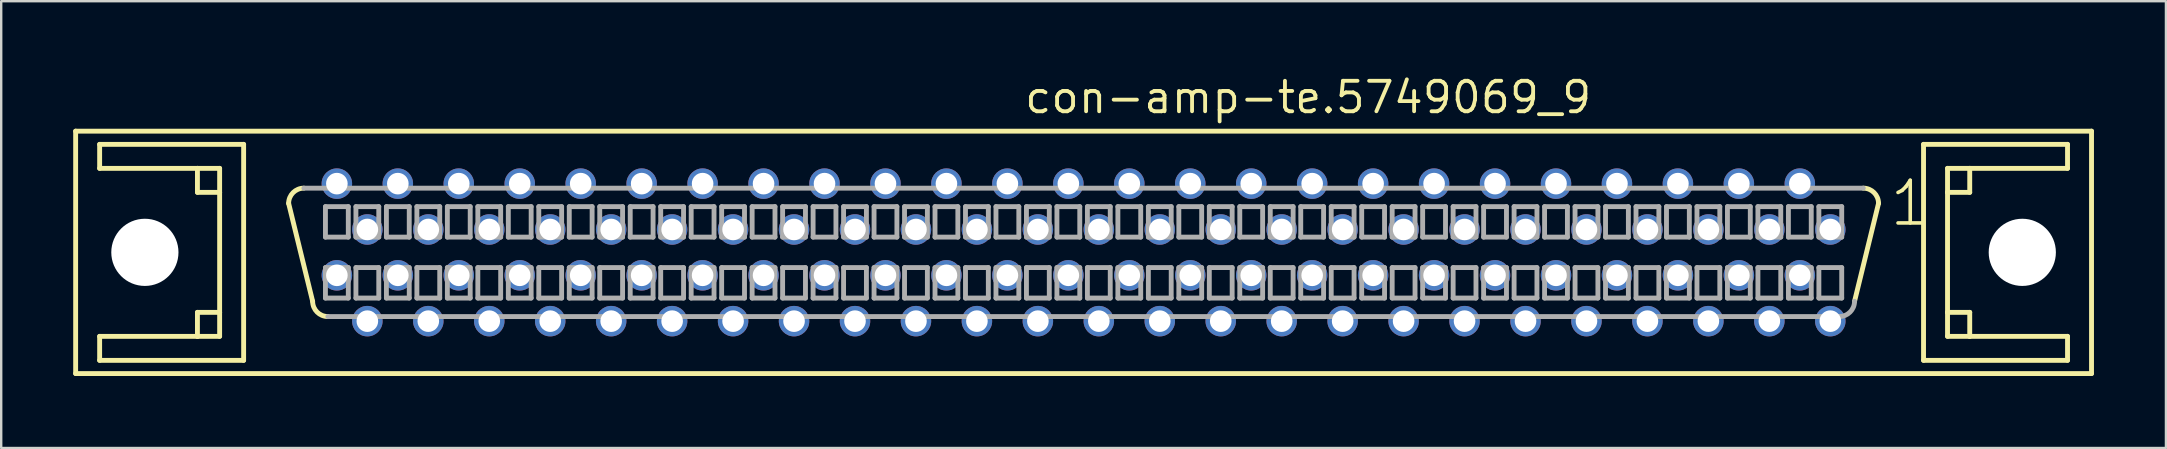
<source format=kicad_pcb>
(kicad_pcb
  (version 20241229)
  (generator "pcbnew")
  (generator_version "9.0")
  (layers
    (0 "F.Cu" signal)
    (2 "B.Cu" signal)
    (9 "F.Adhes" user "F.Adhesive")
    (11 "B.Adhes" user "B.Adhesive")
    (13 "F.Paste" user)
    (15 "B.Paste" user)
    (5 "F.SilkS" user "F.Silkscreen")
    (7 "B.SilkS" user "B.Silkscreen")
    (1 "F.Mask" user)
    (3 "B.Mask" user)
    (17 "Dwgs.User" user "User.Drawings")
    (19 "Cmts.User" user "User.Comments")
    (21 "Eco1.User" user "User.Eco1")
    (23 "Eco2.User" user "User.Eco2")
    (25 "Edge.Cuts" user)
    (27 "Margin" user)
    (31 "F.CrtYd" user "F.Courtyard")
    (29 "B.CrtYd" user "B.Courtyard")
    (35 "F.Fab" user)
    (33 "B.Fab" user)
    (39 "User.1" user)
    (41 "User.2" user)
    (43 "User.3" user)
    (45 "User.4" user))
  (footprint "con-amp-te.5749069_9"
    (layer "F.Cu")
    (at 42.102 7.465)
    (property "Reference" "con-amp-te.5749069_9" (at -2.54 -5.715 0) (layer "F.SilkS") (effects (font (size 1.27 1.27) (thickness 0.16)) (justify left bottom)))
    (attr through_hole)
    (fp_line (start -42 -5.05) (end 42 -5.05) (stroke (width 0.203) (type default)) (layer "F.SilkS"))
    (fp_line (start -42 5.05) (end -42 -5.05) (stroke (width 0.203) (type default)) (layer "F.SilkS"))
    (fp_line (start -41 -4.5) (end -41 -3.5) (stroke (width 0.203) (type default)) (layer "F.SilkS"))
    (fp_line (start -41 -3.5) (end -36.925 -3.5) (stroke (width 0.203) (type default)) (layer "F.SilkS"))
    (fp_line (start -41 3.5) (end -41 4.5) (stroke (width 0.203) (type default)) (layer "F.SilkS"))
    (fp_line (start -41 4.5) (end -35 4.5) (stroke (width 0.203) (type default)) (layer "F.SilkS"))
    (fp_line (start -36.925 -3.5) (end -36.925 -2.5) (stroke (width 0.203) (type default)) (layer "F.SilkS"))
    (fp_line (start -36.925 -3.5) (end -36 -3.5) (stroke (width 0.203) (type default)) (layer "F.SilkS"))
    (fp_line (start -36.925 -2.5) (end -36 -2.5) (stroke (width 0.203) (type default)) (layer "F.SilkS"))
    (fp_line (start -36.925 2.5) (end -36.925 3.5) (stroke (width 0.203) (type default)) (layer "F.SilkS"))
    (fp_line (start -36.925 3.5) (end -41 3.5) (stroke (width 0.203) (type default)) (layer "F.SilkS"))
    (fp_line (start -36 -3.5) (end -36 -2.5) (stroke (width 0.203) (type default)) (layer "F.SilkS"))
    (fp_line (start -36 -2.5) (end -36 2.5) (stroke (width 0.203) (type default)) (layer "F.SilkS"))
    (fp_line (start -36 2.5) (end -36.925 2.5) (stroke (width 0.203) (type default)) (layer "F.SilkS"))
    (fp_line (start -36 2.5) (end -36 3.5) (stroke (width 0.203) (type default)) (layer "F.SilkS"))
    (fp_line (start -36 3.5) (end -36.925 3.5) (stroke (width 0.203) (type default)) (layer "F.SilkS"))
    (fp_line (start -35 -4.5) (end -41 -4.5) (stroke (width 0.203) (type default)) (layer "F.SilkS"))
    (fp_line (start -35 4.5) (end -35 -4.5) (stroke (width 0.203) (type default)) (layer "F.SilkS"))
    (fp_line (start -32.125 2.04) (end -33.125 -2.04) (stroke (width 0.203) (type default)) (layer "F.SilkS"))
    (fp_line (start 33.125 -2.04) (end 32.125 2.04) (stroke (width 0.203) (type default)) (layer "F.SilkS"))
    (fp_line (start 35 -4.5) (end 35 4.5) (stroke (width 0.203) (type default)) (layer "F.SilkS"))
    (fp_line (start 35 4.5) (end 41 4.5) (stroke (width 0.203) (type default)) (layer "F.SilkS"))
    (fp_line (start 36 -3.5) (end 36.925 -3.5) (stroke (width 0.203) (type default)) (layer "F.SilkS"))
    (fp_line (start 36 -2.5) (end 36 -3.5) (stroke (width 0.203) (type default)) (layer "F.SilkS"))
    (fp_line (start 36 -2.5) (end 36.925 -2.5) (stroke (width 0.203) (type default)) (layer "F.SilkS"))
    (fp_line (start 36 2.5) (end 36 -2.5) (stroke (width 0.203) (type default)) (layer "F.SilkS"))
    (fp_line (start 36 3.5) (end 36 2.5) (stroke (width 0.203) (type default)) (layer "F.SilkS"))
    (fp_line (start 36.925 -3.5) (end 41 -3.5) (stroke (width 0.203) (type default)) (layer "F.SilkS"))
    (fp_line (start 36.925 -2.5) (end 36.925 -3.5) (stroke (width 0.203) (type default)) (layer "F.SilkS"))
    (fp_line (start 36.925 2.5) (end 36 2.5) (stroke (width 0.203) (type default)) (layer "F.SilkS"))
    (fp_line (start 36.925 3.5) (end 36 3.5) (stroke (width 0.203) (type default)) (layer "F.SilkS"))
    (fp_line (start 36.925 3.5) (end 36.925 2.5) (stroke (width 0.203) (type default)) (layer "F.SilkS"))
    (fp_line (start 41 -4.5) (end 35 -4.5) (stroke (width 0.203) (type default)) (layer "F.SilkS"))
    (fp_line (start 41 -3.5) (end 41 -4.5) (stroke (width 0.203) (type default)) (layer "F.SilkS"))
    (fp_line (start 41 3.5) (end 36.925 3.5) (stroke (width 0.203) (type default)) (layer "F.SilkS"))
    (fp_line (start 41 4.5) (end 41 3.5) (stroke (width 0.203) (type default)) (layer "F.SilkS"))
    (fp_line (start 42 -5.05) (end 42 5.05) (stroke (width 0.203) (type default)) (layer "F.SilkS"))
    (fp_line (start 42 5.05) (end -42 5.05) (stroke (width 0.203) (type default)) (layer "F.SilkS"))
    (fp_arc (start -33.125 -2.04) (mid -32.939013 -2.489013) (end -32.49 -2.675) (stroke (width 0.2032) (type default)) (layer "F.SilkS"))
    (fp_arc (start -31.49 2.675) (mid -31.939013 2.489013) (end -32.125 2.04) (stroke (width 0.2032) (type default)) (layer "F.SilkS"))
    (fp_arc (start 32.49 -2.675) (mid 32.939013 -2.489013) (end 33.125 -2.04) (stroke (width 0.2032) (type default)) (layer "F.SilkS"))
    (fp_line (start -32.49 -2.675) (end 32.49 -2.675) (stroke (width 0.203) (type default)) (layer "F.Fab"))
    (fp_line (start -31.591 -1.905) (end -31.591 -0.635) (stroke (width 0.203) (type default)) (layer "F.Fab"))
    (fp_line (start -31.591 -0.635) (end -30.639 -0.635) (stroke (width 0.203) (type default)) (layer "F.Fab"))
    (fp_line (start -31.591 0.635) (end -30.639 0.635) (stroke (width 0.203) (type default)) (layer "F.Fab"))
    (fp_line (start -31.591 1.905) (end -31.591 0.635) (stroke (width 0.203) (type default)) (layer "F.Fab"))
    (fp_line (start -30.639 -1.905) (end -31.591 -1.905) (stroke (width 0.203) (type default)) (layer "F.Fab"))
    (fp_line (start -30.639 -0.635) (end -30.639 -1.905) (stroke (width 0.203) (type default)) (layer "F.Fab"))
    (fp_line (start -30.639 0.635) (end -30.639 1.905) (stroke (width 0.203) (type default)) (layer "F.Fab"))
    (fp_line (start -30.639 1.905) (end -31.591 1.905) (stroke (width 0.203) (type default)) (layer "F.Fab"))
    (fp_line (start -30.321 -1.905) (end -30.321 -0.635) (stroke (width 0.203) (type default)) (layer "F.Fab"))
    (fp_line (start -30.321 -0.635) (end -29.369 -0.635) (stroke (width 0.203) (type default)) (layer "F.Fab"))
    (fp_line (start -30.321 0.635) (end -29.369 0.635) (stroke (width 0.203) (type default)) (layer "F.Fab"))
    (fp_line (start -30.321 1.905) (end -30.321 0.635) (stroke (width 0.203) (type default)) (layer "F.Fab"))
    (fp_line (start -29.369 -1.905) (end -30.321 -1.905) (stroke (width 0.203) (type default)) (layer "F.Fab"))
    (fp_line (start -29.369 -0.635) (end -29.369 -1.905) (stroke (width 0.203) (type default)) (layer "F.Fab"))
    (fp_line (start -29.369 0.635) (end -29.369 1.905) (stroke (width 0.203) (type default)) (layer "F.Fab"))
    (fp_line (start -29.369 1.905) (end -30.321 1.905) (stroke (width 0.203) (type default)) (layer "F.Fab"))
    (fp_line (start -29.051 -1.905) (end -29.051 -0.635) (stroke (width 0.203) (type default)) (layer "F.Fab"))
    (fp_line (start -29.051 -0.635) (end -28.099 -0.635) (stroke (width 0.203) (type default)) (layer "F.Fab"))
    (fp_line (start -29.051 0.635) (end -28.099 0.635) (stroke (width 0.203) (type default)) (layer "F.Fab"))
    (fp_line (start -29.051 1.905) (end -29.051 0.635) (stroke (width 0.203) (type default)) (layer "F.Fab"))
    (fp_line (start -28.099 -1.905) (end -29.051 -1.905) (stroke (width 0.203) (type default)) (layer "F.Fab"))
    (fp_line (start -28.099 -0.635) (end -28.099 -1.905) (stroke (width 0.203) (type default)) (layer "F.Fab"))
    (fp_line (start -28.099 0.635) (end -28.099 1.905) (stroke (width 0.203) (type default)) (layer "F.Fab"))
    (fp_line (start -28.099 1.905) (end -29.051 1.905) (stroke (width 0.203) (type default)) (layer "F.Fab"))
    (fp_line (start -27.781 -1.905) (end -27.781 -0.635) (stroke (width 0.203) (type default)) (layer "F.Fab"))
    (fp_line (start -27.781 -0.635) (end -26.829 -0.635) (stroke (width 0.203) (type default)) (layer "F.Fab"))
    (fp_line (start -27.781 0.635) (end -26.829 0.635) (stroke (width 0.203) (type default)) (layer "F.Fab"))
    (fp_line (start -27.781 1.905) (end -27.781 0.635) (stroke (width 0.203) (type default)) (layer "F.Fab"))
    (fp_line (start -26.829 -1.905) (end -27.781 -1.905) (stroke (width 0.203) (type default)) (layer "F.Fab"))
    (fp_line (start -26.829 -0.635) (end -26.829 -1.905) (stroke (width 0.203) (type default)) (layer "F.Fab"))
    (fp_line (start -26.829 0.635) (end -26.829 1.905) (stroke (width 0.203) (type default)) (layer "F.Fab"))
    (fp_line (start -26.829 1.905) (end -27.781 1.905) (stroke (width 0.203) (type default)) (layer "F.Fab"))
    (fp_line (start -26.511 -1.905) (end -26.511 -0.635) (stroke (width 0.203) (type default)) (layer "F.Fab"))
    (fp_line (start -26.511 -0.635) (end -25.559 -0.635) (stroke (width 0.203) (type default)) (layer "F.Fab"))
    (fp_line (start -26.511 0.635) (end -25.559 0.635) (stroke (width 0.203) (type default)) (layer "F.Fab"))
    (fp_line (start -26.511 1.905) (end -26.511 0.635) (stroke (width 0.203) (type default)) (layer "F.Fab"))
    (fp_line (start -25.559 -1.905) (end -26.511 -1.905) (stroke (width 0.203) (type default)) (layer "F.Fab"))
    (fp_line (start -25.559 -0.635) (end -25.559 -1.905) (stroke (width 0.203) (type default)) (layer "F.Fab"))
    (fp_line (start -25.559 0.635) (end -25.559 1.905) (stroke (width 0.203) (type default)) (layer "F.Fab"))
    (fp_line (start -25.559 1.905) (end -26.511 1.905) (stroke (width 0.203) (type default)) (layer "F.Fab"))
    (fp_line (start -25.241 -1.905) (end -25.241 -0.635) (stroke (width 0.203) (type default)) (layer "F.Fab"))
    (fp_line (start -25.241 -0.635) (end -24.289 -0.635) (stroke (width 0.203) (type default)) (layer "F.Fab"))
    (fp_line (start -25.241 0.635) (end -24.289 0.635) (stroke (width 0.203) (type default)) (layer "F.Fab"))
    (fp_line (start -25.241 1.905) (end -25.241 0.635) (stroke (width 0.203) (type default)) (layer "F.Fab"))
    (fp_line (start -24.289 -1.905) (end -25.241 -1.905) (stroke (width 0.203) (type default)) (layer "F.Fab"))
    (fp_line (start -24.289 -0.635) (end -24.289 -1.905) (stroke (width 0.203) (type default)) (layer "F.Fab"))
    (fp_line (start -24.289 0.635) (end -24.289 1.905) (stroke (width 0.203) (type default)) (layer "F.Fab"))
    (fp_line (start -24.289 1.905) (end -25.241 1.905) (stroke (width 0.203) (type default)) (layer "F.Fab"))
    (fp_line (start -23.971 -1.905) (end -23.971 -0.635) (stroke (width 0.203) (type default)) (layer "F.Fab"))
    (fp_line (start -23.971 -0.635) (end -23.019 -0.635) (stroke (width 0.203) (type default)) (layer "F.Fab"))
    (fp_line (start -23.971 0.635) (end -23.019 0.635) (stroke (width 0.203) (type default)) (layer "F.Fab"))
    (fp_line (start -23.971 1.905) (end -23.971 0.635) (stroke (width 0.203) (type default)) (layer "F.Fab"))
    (fp_line (start -23.019 -1.905) (end -23.971 -1.905) (stroke (width 0.203) (type default)) (layer "F.Fab"))
    (fp_line (start -23.019 -0.635) (end -23.019 -1.905) (stroke (width 0.203) (type default)) (layer "F.Fab"))
    (fp_line (start -23.019 0.635) (end -23.019 1.905) (stroke (width 0.203) (type default)) (layer "F.Fab"))
    (fp_line (start -23.019 1.905) (end -23.971 1.905) (stroke (width 0.203) (type default)) (layer "F.Fab"))
    (fp_line (start -22.701 -1.905) (end -22.701 -0.635) (stroke (width 0.203) (type default)) (layer "F.Fab"))
    (fp_line (start -22.701 -0.635) (end -21.749 -0.635) (stroke (width 0.203) (type default)) (layer "F.Fab"))
    (fp_line (start -22.701 0.635) (end -21.749 0.635) (stroke (width 0.203) (type default)) (layer "F.Fab"))
    (fp_line (start -22.701 1.905) (end -22.701 0.635) (stroke (width 0.203) (type default)) (layer "F.Fab"))
    (fp_line (start -21.749 -1.905) (end -22.701 -1.905) (stroke (width 0.203) (type default)) (layer "F.Fab"))
    (fp_line (start -21.749 -0.635) (end -21.749 -1.905) (stroke (width 0.203) (type default)) (layer "F.Fab"))
    (fp_line (start -21.749 0.635) (end -21.749 1.905) (stroke (width 0.203) (type default)) (layer "F.Fab"))
    (fp_line (start -21.749 1.905) (end -22.701 1.905) (stroke (width 0.203) (type default)) (layer "F.Fab"))
    (fp_line (start -21.431 -1.905) (end -21.431 -0.635) (stroke (width 0.203) (type default)) (layer "F.Fab"))
    (fp_line (start -21.431 -0.635) (end -20.479 -0.635) (stroke (width 0.203) (type default)) (layer "F.Fab"))
    (fp_line (start -21.431 0.635) (end -20.479 0.635) (stroke (width 0.203) (type default)) (layer "F.Fab"))
    (fp_line (start -21.431 1.905) (end -21.431 0.635) (stroke (width 0.203) (type default)) (layer "F.Fab"))
    (fp_line (start -20.479 -1.905) (end -21.431 -1.905) (stroke (width 0.203) (type default)) (layer "F.Fab"))
    (fp_line (start -20.479 -0.635) (end -20.479 -1.905) (stroke (width 0.203) (type default)) (layer "F.Fab"))
    (fp_line (start -20.479 0.635) (end -20.479 1.905) (stroke (width 0.203) (type default)) (layer "F.Fab"))
    (fp_line (start -20.479 1.905) (end -21.431 1.905) (stroke (width 0.203) (type default)) (layer "F.Fab"))
    (fp_line (start -20.161 -1.905) (end -20.161 -0.635) (stroke (width 0.203) (type default)) (layer "F.Fab"))
    (fp_line (start -20.161 -0.635) (end -19.209 -0.635) (stroke (width 0.203) (type default)) (layer "F.Fab"))
    (fp_line (start -20.161 0.635) (end -19.209 0.635) (stroke (width 0.203) (type default)) (layer "F.Fab"))
    (fp_line (start -20.161 1.905) (end -20.161 0.635) (stroke (width 0.203) (type default)) (layer "F.Fab"))
    (fp_line (start -19.209 -1.905) (end -20.161 -1.905) (stroke (width 0.203) (type default)) (layer "F.Fab"))
    (fp_line (start -19.209 -0.635) (end -19.209 -1.905) (stroke (width 0.203) (type default)) (layer "F.Fab"))
    (fp_line (start -19.209 0.635) (end -19.209 1.905) (stroke (width 0.203) (type default)) (layer "F.Fab"))
    (fp_line (start -19.209 1.905) (end -20.161 1.905) (stroke (width 0.203) (type default)) (layer "F.Fab"))
    (fp_line (start -18.891 -1.905) (end -18.891 -0.635) (stroke (width 0.203) (type default)) (layer "F.Fab"))
    (fp_line (start -18.891 -0.635) (end -17.939 -0.635) (stroke (width 0.203) (type default)) (layer "F.Fab"))
    (fp_line (start -18.891 0.635) (end -17.939 0.635) (stroke (width 0.203) (type default)) (layer "F.Fab"))
    (fp_line (start -18.891 1.905) (end -18.891 0.635) (stroke (width 0.203) (type default)) (layer "F.Fab"))
    (fp_line (start -17.939 -1.905) (end -18.891 -1.905) (stroke (width 0.203) (type default)) (layer "F.Fab"))
    (fp_line (start -17.939 -0.635) (end -17.939 -1.905) (stroke (width 0.203) (type default)) (layer "F.Fab"))
    (fp_line (start -17.939 0.635) (end -17.939 1.905) (stroke (width 0.203) (type default)) (layer "F.Fab"))
    (fp_line (start -17.939 1.905) (end -18.891 1.905) (stroke (width 0.203) (type default)) (layer "F.Fab"))
    (fp_line (start -17.621 -1.905) (end -17.621 -0.635) (stroke (width 0.203) (type default)) (layer "F.Fab"))
    (fp_line (start -17.621 -0.635) (end -16.669 -0.635) (stroke (width 0.203) (type default)) (layer "F.Fab"))
    (fp_line (start -17.621 0.635) (end -16.669 0.635) (stroke (width 0.203) (type default)) (layer "F.Fab"))
    (fp_line (start -17.621 1.905) (end -17.621 0.635) (stroke (width 0.203) (type default)) (layer "F.Fab"))
    (fp_line (start -16.669 -1.905) (end -17.621 -1.905) (stroke (width 0.203) (type default)) (layer "F.Fab"))
    (fp_line (start -16.669 -0.635) (end -16.669 -1.905) (stroke (width 0.203) (type default)) (layer "F.Fab"))
    (fp_line (start -16.669 0.635) (end -16.669 1.905) (stroke (width 0.203) (type default)) (layer "F.Fab"))
    (fp_line (start -16.669 1.905) (end -17.621 1.905) (stroke (width 0.203) (type default)) (layer "F.Fab"))
    (fp_line (start -16.351 -1.905) (end -16.351 -0.635) (stroke (width 0.203) (type default)) (layer "F.Fab"))
    (fp_line (start -16.351 -0.635) (end -15.399 -0.635) (stroke (width 0.203) (type default)) (layer "F.Fab"))
    (fp_line (start -16.351 0.635) (end -15.399 0.635) (stroke (width 0.203) (type default)) (layer "F.Fab"))
    (fp_line (start -16.351 1.905) (end -16.351 0.635) (stroke (width 0.203) (type default)) (layer "F.Fab"))
    (fp_line (start -15.399 -1.905) (end -16.351 -1.905) (stroke (width 0.203) (type default)) (layer "F.Fab"))
    (fp_line (start -15.399 -0.635) (end -15.399 -1.905) (stroke (width 0.203) (type default)) (layer "F.Fab"))
    (fp_line (start -15.399 0.635) (end -15.399 1.905) (stroke (width 0.203) (type default)) (layer "F.Fab"))
    (fp_line (start -15.399 1.905) (end -16.351 1.905) (stroke (width 0.203) (type default)) (layer "F.Fab"))
    (fp_line (start -15.081 -1.905) (end -15.081 -0.635) (stroke (width 0.203) (type default)) (layer "F.Fab"))
    (fp_line (start -15.081 -0.635) (end -14.129 -0.635) (stroke (width 0.203) (type default)) (layer "F.Fab"))
    (fp_line (start -15.081 0.635) (end -14.129 0.635) (stroke (width 0.203) (type default)) (layer "F.Fab"))
    (fp_line (start -15.081 1.905) (end -15.081 0.635) (stroke (width 0.203) (type default)) (layer "F.Fab"))
    (fp_line (start -14.129 -1.905) (end -15.081 -1.905) (stroke (width 0.203) (type default)) (layer "F.Fab"))
    (fp_line (start -14.129 -0.635) (end -14.129 -1.905) (stroke (width 0.203) (type default)) (layer "F.Fab"))
    (fp_line (start -14.129 0.635) (end -14.129 1.905) (stroke (width 0.203) (type default)) (layer "F.Fab"))
    (fp_line (start -14.129 1.905) (end -15.081 1.905) (stroke (width 0.203) (type default)) (layer "F.Fab"))
    (fp_line (start -13.811 -1.905) (end -13.811 -0.635) (stroke (width 0.203) (type default)) (layer "F.Fab"))
    (fp_line (start -13.811 -0.635) (end -12.859 -0.635) (stroke (width 0.203) (type default)) (layer "F.Fab"))
    (fp_line (start -13.811 0.635) (end -12.859 0.635) (stroke (width 0.203) (type default)) (layer "F.Fab"))
    (fp_line (start -13.811 1.905) (end -13.811 0.635) (stroke (width 0.203) (type default)) (layer "F.Fab"))
    (fp_line (start -12.859 -1.905) (end -13.811 -1.905) (stroke (width 0.203) (type default)) (layer "F.Fab"))
    (fp_line (start -12.859 -0.635) (end -12.859 -1.905) (stroke (width 0.203) (type default)) (layer "F.Fab"))
    (fp_line (start -12.859 0.635) (end -12.859 1.905) (stroke (width 0.203) (type default)) (layer "F.Fab"))
    (fp_line (start -12.859 1.905) (end -13.811 1.905) (stroke (width 0.203) (type default)) (layer "F.Fab"))
    (fp_line (start -12.541 -1.905) (end -12.541 -0.635) (stroke (width 0.203) (type default)) (layer "F.Fab"))
    (fp_line (start -12.541 -0.635) (end -11.589 -0.635) (stroke (width 0.203) (type default)) (layer "F.Fab"))
    (fp_line (start -12.541 0.635) (end -11.589 0.635) (stroke (width 0.203) (type default)) (layer "F.Fab"))
    (fp_line (start -12.541 1.905) (end -12.541 0.635) (stroke (width 0.203) (type default)) (layer "F.Fab"))
    (fp_line (start -11.589 -1.905) (end -12.541 -1.905) (stroke (width 0.203) (type default)) (layer "F.Fab"))
    (fp_line (start -11.589 -0.635) (end -11.589 -1.905) (stroke (width 0.203) (type default)) (layer "F.Fab"))
    (fp_line (start -11.589 0.635) (end -11.589 1.905) (stroke (width 0.203) (type default)) (layer "F.Fab"))
    (fp_line (start -11.589 1.905) (end -12.541 1.905) (stroke (width 0.203) (type default)) (layer "F.Fab"))
    (fp_line (start -11.271 -1.905) (end -11.271 -0.635) (stroke (width 0.203) (type default)) (layer "F.Fab"))
    (fp_line (start -11.271 -0.635) (end -10.319 -0.635) (stroke (width 0.203) (type default)) (layer "F.Fab"))
    (fp_line (start -11.271 0.635) (end -10.319 0.635) (stroke (width 0.203) (type default)) (layer "F.Fab"))
    (fp_line (start -11.271 1.905) (end -11.271 0.635) (stroke (width 0.203) (type default)) (layer "F.Fab"))
    (fp_line (start -10.319 -1.905) (end -11.271 -1.905) (stroke (width 0.203) (type default)) (layer "F.Fab"))
    (fp_line (start -10.319 -0.635) (end -10.319 -1.905) (stroke (width 0.203) (type default)) (layer "F.Fab"))
    (fp_line (start -10.319 0.635) (end -10.319 1.905) (stroke (width 0.203) (type default)) (layer "F.Fab"))
    (fp_line (start -10.319 1.905) (end -11.271 1.905) (stroke (width 0.203) (type default)) (layer "F.Fab"))
    (fp_line (start -10.001 -1.905) (end -10.001 -0.635) (stroke (width 0.203) (type default)) (layer "F.Fab"))
    (fp_line (start -10.001 -0.635) (end -9.049 -0.635) (stroke (width 0.203) (type default)) (layer "F.Fab"))
    (fp_line (start -10.001 0.635) (end -9.049 0.635) (stroke (width 0.203) (type default)) (layer "F.Fab"))
    (fp_line (start -10.001 1.905) (end -10.001 0.635) (stroke (width 0.203) (type default)) (layer "F.Fab"))
    (fp_line (start -9.049 -1.905) (end -10.001 -1.905) (stroke (width 0.203) (type default)) (layer "F.Fab"))
    (fp_line (start -9.049 -0.635) (end -9.049 -1.905) (stroke (width 0.203) (type default)) (layer "F.Fab"))
    (fp_line (start -9.049 0.635) (end -9.049 1.905) (stroke (width 0.203) (type default)) (layer "F.Fab"))
    (fp_line (start -9.049 1.905) (end -10.001 1.905) (stroke (width 0.203) (type default)) (layer "F.Fab"))
    (fp_line (start -8.731 -1.905) (end -8.731 -0.635) (stroke (width 0.203) (type default)) (layer "F.Fab"))
    (fp_line (start -8.731 -0.635) (end -7.779 -0.635) (stroke (width 0.203) (type default)) (layer "F.Fab"))
    (fp_line (start -8.731 0.635) (end -7.779 0.635) (stroke (width 0.203) (type default)) (layer "F.Fab"))
    (fp_line (start -8.731 1.905) (end -8.731 0.635) (stroke (width 0.203) (type default)) (layer "F.Fab"))
    (fp_line (start -7.779 -1.905) (end -8.731 -1.905) (stroke (width 0.203) (type default)) (layer "F.Fab"))
    (fp_line (start -7.779 -0.635) (end -7.779 -1.905) (stroke (width 0.203) (type default)) (layer "F.Fab"))
    (fp_line (start -7.779 0.635) (end -7.779 1.905) (stroke (width 0.203) (type default)) (layer "F.Fab"))
    (fp_line (start -7.779 1.905) (end -8.731 1.905) (stroke (width 0.203) (type default)) (layer "F.Fab"))
    (fp_line (start -7.461 -1.905) (end -7.461 -0.635) (stroke (width 0.203) (type default)) (layer "F.Fab"))
    (fp_line (start -7.461 -0.635) (end -6.509 -0.635) (stroke (width 0.203) (type default)) (layer "F.Fab"))
    (fp_line (start -7.461 0.635) (end -6.509 0.635) (stroke (width 0.203) (type default)) (layer "F.Fab"))
    (fp_line (start -7.461 1.905) (end -7.461 0.635) (stroke (width 0.203) (type default)) (layer "F.Fab"))
    (fp_line (start -6.509 -1.905) (end -7.461 -1.905) (stroke (width 0.203) (type default)) (layer "F.Fab"))
    (fp_line (start -6.509 -0.635) (end -6.509 -1.905) (stroke (width 0.203) (type default)) (layer "F.Fab"))
    (fp_line (start -6.509 0.635) (end -6.509 1.905) (stroke (width 0.203) (type default)) (layer "F.Fab"))
    (fp_line (start -6.509 1.905) (end -7.461 1.905) (stroke (width 0.203) (type default)) (layer "F.Fab"))
    (fp_line (start -6.191 -1.905) (end -6.191 -0.635) (stroke (width 0.203) (type default)) (layer "F.Fab"))
    (fp_line (start -6.191 -0.635) (end -5.239 -0.635) (stroke (width 0.203) (type default)) (layer "F.Fab"))
    (fp_line (start -6.191 0.635) (end -5.239 0.635) (stroke (width 0.203) (type default)) (layer "F.Fab"))
    (fp_line (start -6.191 1.905) (end -6.191 0.635) (stroke (width 0.203) (type default)) (layer "F.Fab"))
    (fp_line (start -5.239 -1.905) (end -6.191 -1.905) (stroke (width 0.203) (type default)) (layer "F.Fab"))
    (fp_line (start -5.239 -0.635) (end -5.239 -1.905) (stroke (width 0.203) (type default)) (layer "F.Fab"))
    (fp_line (start -5.239 0.635) (end -5.239 1.905) (stroke (width 0.203) (type default)) (layer "F.Fab"))
    (fp_line (start -5.239 1.905) (end -6.191 1.905) (stroke (width 0.203) (type default)) (layer "F.Fab"))
    (fp_line (start -4.921 -1.905) (end -4.921 -0.635) (stroke (width 0.203) (type default)) (layer "F.Fab"))
    (fp_line (start -4.921 -0.635) (end -3.969 -0.635) (stroke (width 0.203) (type default)) (layer "F.Fab"))
    (fp_line (start -4.921 0.635) (end -3.969 0.635) (stroke (width 0.203) (type default)) (layer "F.Fab"))
    (fp_line (start -4.921 1.905) (end -4.921 0.635) (stroke (width 0.203) (type default)) (layer "F.Fab"))
    (fp_line (start -3.969 -1.905) (end -4.921 -1.905) (stroke (width 0.203) (type default)) (layer "F.Fab"))
    (fp_line (start -3.969 -0.635) (end -3.969 -1.905) (stroke (width 0.203) (type default)) (layer "F.Fab"))
    (fp_line (start -3.969 0.635) (end -3.969 1.905) (stroke (width 0.203) (type default)) (layer "F.Fab"))
    (fp_line (start -3.969 1.905) (end -4.921 1.905) (stroke (width 0.203) (type default)) (layer "F.Fab"))
    (fp_line (start -3.651 -1.905) (end -3.651 -0.635) (stroke (width 0.203) (type default)) (layer "F.Fab"))
    (fp_line (start -3.651 -0.635) (end -2.699 -0.635) (stroke (width 0.203) (type default)) (layer "F.Fab"))
    (fp_line (start -3.651 0.635) (end -2.699 0.635) (stroke (width 0.203) (type default)) (layer "F.Fab"))
    (fp_line (start -3.651 1.905) (end -3.651 0.635) (stroke (width 0.203) (type default)) (layer "F.Fab"))
    (fp_line (start -2.699 -1.905) (end -3.651 -1.905) (stroke (width 0.203) (type default)) (layer "F.Fab"))
    (fp_line (start -2.699 -0.635) (end -2.699 -1.905) (stroke (width 0.203) (type default)) (layer "F.Fab"))
    (fp_line (start -2.699 0.635) (end -2.699 1.905) (stroke (width 0.203) (type default)) (layer "F.Fab"))
    (fp_line (start -2.699 1.905) (end -3.651 1.905) (stroke (width 0.203) (type default)) (layer "F.Fab"))
    (fp_line (start -2.381 -1.905) (end -2.381 -0.635) (stroke (width 0.203) (type default)) (layer "F.Fab"))
    (fp_line (start -2.381 -0.635) (end -1.429 -0.635) (stroke (width 0.203) (type default)) (layer "F.Fab"))
    (fp_line (start -2.381 0.635) (end -1.429 0.635) (stroke (width 0.203) (type default)) (layer "F.Fab"))
    (fp_line (start -2.381 1.905) (end -2.381 0.635) (stroke (width 0.203) (type default)) (layer "F.Fab"))
    (fp_line (start -1.429 -1.905) (end -2.381 -1.905) (stroke (width 0.203) (type default)) (layer "F.Fab"))
    (fp_line (start -1.429 -0.635) (end -1.429 -1.905) (stroke (width 0.203) (type default)) (layer "F.Fab"))
    (fp_line (start -1.429 0.635) (end -1.429 1.905) (stroke (width 0.203) (type default)) (layer "F.Fab"))
    (fp_line (start -1.429 1.905) (end -2.381 1.905) (stroke (width 0.203) (type default)) (layer "F.Fab"))
    (fp_line (start -1.111 -1.905) (end -1.111 -0.635) (stroke (width 0.203) (type default)) (layer "F.Fab"))
    (fp_line (start -1.111 -0.635) (end -0.159 -0.635) (stroke (width 0.203) (type default)) (layer "F.Fab"))
    (fp_line (start -1.111 0.635) (end -0.159 0.635) (stroke (width 0.203) (type default)) (layer "F.Fab"))
    (fp_line (start -1.111 1.905) (end -1.111 0.635) (stroke (width 0.203) (type default)) (layer "F.Fab"))
    (fp_line (start -0.159 -1.905) (end -1.111 -1.905) (stroke (width 0.203) (type default)) (layer "F.Fab"))
    (fp_line (start -0.159 -0.635) (end -0.159 -1.905) (stroke (width 0.203) (type default)) (layer "F.Fab"))
    (fp_line (start -0.159 0.635) (end -0.159 1.905) (stroke (width 0.203) (type default)) (layer "F.Fab"))
    (fp_line (start -0.159 1.905) (end -1.111 1.905) (stroke (width 0.203) (type default)) (layer "F.Fab"))
    (fp_line (start 0.159 -1.905) (end 0.159 -0.635) (stroke (width 0.203) (type default)) (layer "F.Fab"))
    (fp_line (start 0.159 -0.635) (end 1.111 -0.635) (stroke (width 0.203) (type default)) (layer "F.Fab"))
    (fp_line (start 0.159 0.635) (end 1.111 0.635) (stroke (width 0.203) (type default)) (layer "F.Fab"))
    (fp_line (start 0.159 1.905) (end 0.159 0.635) (stroke (width 0.203) (type default)) (layer "F.Fab"))
    (fp_line (start 1.111 -1.905) (end 0.159 -1.905) (stroke (width 0.203) (type default)) (layer "F.Fab"))
    (fp_line (start 1.111 -0.635) (end 1.111 -1.905) (stroke (width 0.203) (type default)) (layer "F.Fab"))
    (fp_line (start 1.111 0.635) (end 1.111 1.905) (stroke (width 0.203) (type default)) (layer "F.Fab"))
    (fp_line (start 1.111 1.905) (end 0.159 1.905) (stroke (width 0.203) (type default)) (layer "F.Fab"))
    (fp_line (start 1.429 -1.905) (end 1.429 -0.635) (stroke (width 0.203) (type default)) (layer "F.Fab"))
    (fp_line (start 1.429 -0.635) (end 2.381 -0.635) (stroke (width 0.203) (type default)) (layer "F.Fab"))
    (fp_line (start 1.429 0.635) (end 2.381 0.635) (stroke (width 0.203) (type default)) (layer "F.Fab"))
    (fp_line (start 1.429 1.905) (end 1.429 0.635) (stroke (width 0.203) (type default)) (layer "F.Fab"))
    (fp_line (start 2.381 -1.905) (end 1.429 -1.905) (stroke (width 0.203) (type default)) (layer "F.Fab"))
    (fp_line (start 2.381 -0.635) (end 2.381 -1.905) (stroke (width 0.203) (type default)) (layer "F.Fab"))
    (fp_line (start 2.381 0.635) (end 2.381 1.905) (stroke (width 0.203) (type default)) (layer "F.Fab"))
    (fp_line (start 2.381 1.905) (end 1.429 1.905) (stroke (width 0.203) (type default)) (layer "F.Fab"))
    (fp_line (start 2.699 -1.905) (end 2.699 -0.635) (stroke (width 0.203) (type default)) (layer "F.Fab"))
    (fp_line (start 2.699 -0.635) (end 3.651 -0.635) (stroke (width 0.203) (type default)) (layer "F.Fab"))
    (fp_line (start 2.699 0.635) (end 3.651 0.635) (stroke (width 0.203) (type default)) (layer "F.Fab"))
    (fp_line (start 2.699 1.905) (end 2.699 0.635) (stroke (width 0.203) (type default)) (layer "F.Fab"))
    (fp_line (start 3.651 -1.905) (end 2.699 -1.905) (stroke (width 0.203) (type default)) (layer "F.Fab"))
    (fp_line (start 3.651 -0.635) (end 3.651 -1.905) (stroke (width 0.203) (type default)) (layer "F.Fab"))
    (fp_line (start 3.651 0.635) (end 3.651 1.905) (stroke (width 0.203) (type default)) (layer "F.Fab"))
    (fp_line (start 3.651 1.905) (end 2.699 1.905) (stroke (width 0.203) (type default)) (layer "F.Fab"))
    (fp_line (start 3.969 -1.905) (end 3.969 -0.635) (stroke (width 0.203) (type default)) (layer "F.Fab"))
    (fp_line (start 3.969 -0.635) (end 4.921 -0.635) (stroke (width 0.203) (type default)) (layer "F.Fab"))
    (fp_line (start 3.969 0.635) (end 4.921 0.635) (stroke (width 0.203) (type default)) (layer "F.Fab"))
    (fp_line (start 3.969 1.905) (end 3.969 0.635) (stroke (width 0.203) (type default)) (layer "F.Fab"))
    (fp_line (start 4.921 -1.905) (end 3.969 -1.905) (stroke (width 0.203) (type default)) (layer "F.Fab"))
    (fp_line (start 4.921 -0.635) (end 4.921 -1.905) (stroke (width 0.203) (type default)) (layer "F.Fab"))
    (fp_line (start 4.921 0.635) (end 4.921 1.905) (stroke (width 0.203) (type default)) (layer "F.Fab"))
    (fp_line (start 4.921 1.905) (end 3.969 1.905) (stroke (width 0.203) (type default)) (layer "F.Fab"))
    (fp_line (start 5.239 -1.905) (end 5.239 -0.635) (stroke (width 0.203) (type default)) (layer "F.Fab"))
    (fp_line (start 5.239 -0.635) (end 6.191 -0.635) (stroke (width 0.203) (type default)) (layer "F.Fab"))
    (fp_line (start 5.239 0.635) (end 6.191 0.635) (stroke (width 0.203) (type default)) (layer "F.Fab"))
    (fp_line (start 5.239 1.905) (end 5.239 0.635) (stroke (width 0.203) (type default)) (layer "F.Fab"))
    (fp_line (start 6.191 -1.905) (end 5.239 -1.905) (stroke (width 0.203) (type default)) (layer "F.Fab"))
    (fp_line (start 6.191 -0.635) (end 6.191 -1.905) (stroke (width 0.203) (type default)) (layer "F.Fab"))
    (fp_line (start 6.191 0.635) (end 6.191 1.905) (stroke (width 0.203) (type default)) (layer "F.Fab"))
    (fp_line (start 6.191 1.905) (end 5.239 1.905) (stroke (width 0.203) (type default)) (layer "F.Fab"))
    (fp_line (start 6.509 -1.905) (end 6.509 -0.635) (stroke (width 0.203) (type default)) (layer "F.Fab"))
    (fp_line (start 6.509 -0.635) (end 7.461 -0.635) (stroke (width 0.203) (type default)) (layer "F.Fab"))
    (fp_line (start 6.509 0.635) (end 7.461 0.635) (stroke (width 0.203) (type default)) (layer "F.Fab"))
    (fp_line (start 6.509 1.905) (end 6.509 0.635) (stroke (width 0.203) (type default)) (layer "F.Fab"))
    (fp_line (start 7.461 -1.905) (end 6.509 -1.905) (stroke (width 0.203) (type default)) (layer "F.Fab"))
    (fp_line (start 7.461 -0.635) (end 7.461 -1.905) (stroke (width 0.203) (type default)) (layer "F.Fab"))
    (fp_line (start 7.461 0.635) (end 7.461 1.905) (stroke (width 0.203) (type default)) (layer "F.Fab"))
    (fp_line (start 7.461 1.905) (end 6.509 1.905) (stroke (width 0.203) (type default)) (layer "F.Fab"))
    (fp_line (start 7.779 -1.905) (end 7.779 -0.635) (stroke (width 0.203) (type default)) (layer "F.Fab"))
    (fp_line (start 7.779 -0.635) (end 8.731 -0.635) (stroke (width 0.203) (type default)) (layer "F.Fab"))
    (fp_line (start 7.779 0.635) (end 8.731 0.635) (stroke (width 0.203) (type default)) (layer "F.Fab"))
    (fp_line (start 7.779 1.905) (end 7.779 0.635) (stroke (width 0.203) (type default)) (layer "F.Fab"))
    (fp_line (start 8.731 -1.905) (end 7.779 -1.905) (stroke (width 0.203) (type default)) (layer "F.Fab"))
    (fp_line (start 8.731 -0.635) (end 8.731 -1.905) (stroke (width 0.203) (type default)) (layer "F.Fab"))
    (fp_line (start 8.731 0.635) (end 8.731 1.905) (stroke (width 0.203) (type default)) (layer "F.Fab"))
    (fp_line (start 8.731 1.905) (end 7.779 1.905) (stroke (width 0.203) (type default)) (layer "F.Fab"))
    (fp_line (start 9.049 -1.905) (end 9.049 -0.635) (stroke (width 0.203) (type default)) (layer "F.Fab"))
    (fp_line (start 9.049 -0.635) (end 10.001 -0.635) (stroke (width 0.203) (type default)) (layer "F.Fab"))
    (fp_line (start 9.049 0.635) (end 10.001 0.635) (stroke (width 0.203) (type default)) (layer "F.Fab"))
    (fp_line (start 9.049 1.905) (end 9.049 0.635) (stroke (width 0.203) (type default)) (layer "F.Fab"))
    (fp_line (start 10.001 -1.905) (end 9.049 -1.905) (stroke (width 0.203) (type default)) (layer "F.Fab"))
    (fp_line (start 10.001 -0.635) (end 10.001 -1.905) (stroke (width 0.203) (type default)) (layer "F.Fab"))
    (fp_line (start 10.001 0.635) (end 10.001 1.905) (stroke (width 0.203) (type default)) (layer "F.Fab"))
    (fp_line (start 10.001 1.905) (end 9.049 1.905) (stroke (width 0.203) (type default)) (layer "F.Fab"))
    (fp_line (start 10.319 -1.905) (end 10.319 -0.635) (stroke (width 0.203) (type default)) (layer "F.Fab"))
    (fp_line (start 10.319 -0.635) (end 11.271 -0.635) (stroke (width 0.203) (type default)) (layer "F.Fab"))
    (fp_line (start 10.319 0.635) (end 11.271 0.635) (stroke (width 0.203) (type default)) (layer "F.Fab"))
    (fp_line (start 10.319 1.905) (end 10.319 0.635) (stroke (width 0.203) (type default)) (layer "F.Fab"))
    (fp_line (start 11.271 -1.905) (end 10.319 -1.905) (stroke (width 0.203) (type default)) (layer "F.Fab"))
    (fp_line (start 11.271 -0.635) (end 11.271 -1.905) (stroke (width 0.203) (type default)) (layer "F.Fab"))
    (fp_line (start 11.271 0.635) (end 11.271 1.905) (stroke (width 0.203) (type default)) (layer "F.Fab"))
    (fp_line (start 11.271 1.905) (end 10.319 1.905) (stroke (width 0.203) (type default)) (layer "F.Fab"))
    (fp_line (start 11.589 -1.905) (end 11.589 -0.635) (stroke (width 0.203) (type default)) (layer "F.Fab"))
    (fp_line (start 11.589 -0.635) (end 12.541 -0.635) (stroke (width 0.203) (type default)) (layer "F.Fab"))
    (fp_line (start 11.589 0.635) (end 12.541 0.635) (stroke (width 0.203) (type default)) (layer "F.Fab"))
    (fp_line (start 11.589 1.905) (end 11.589 0.635) (stroke (width 0.203) (type default)) (layer "F.Fab"))
    (fp_line (start 12.541 -1.905) (end 11.589 -1.905) (stroke (width 0.203) (type default)) (layer "F.Fab"))
    (fp_line (start 12.541 -0.635) (end 12.541 -1.905) (stroke (width 0.203) (type default)) (layer "F.Fab"))
    (fp_line (start 12.541 0.635) (end 12.541 1.905) (stroke (width 0.203) (type default)) (layer "F.Fab"))
    (fp_line (start 12.541 1.905) (end 11.589 1.905) (stroke (width 0.203) (type default)) (layer "F.Fab"))
    (fp_line (start 12.859 -1.905) (end 12.859 -0.635) (stroke (width 0.203) (type default)) (layer "F.Fab"))
    (fp_line (start 12.859 -0.635) (end 13.811 -0.635) (stroke (width 0.203) (type default)) (layer "F.Fab"))
    (fp_line (start 12.859 0.635) (end 13.811 0.635) (stroke (width 0.203) (type default)) (layer "F.Fab"))
    (fp_line (start 12.859 1.905) (end 12.859 0.635) (stroke (width 0.203) (type default)) (layer "F.Fab"))
    (fp_line (start 13.811 -1.905) (end 12.859 -1.905) (stroke (width 0.203) (type default)) (layer "F.Fab"))
    (fp_line (start 13.811 -0.635) (end 13.811 -1.905) (stroke (width 0.203) (type default)) (layer "F.Fab"))
    (fp_line (start 13.811 0.635) (end 13.811 1.905) (stroke (width 0.203) (type default)) (layer "F.Fab"))
    (fp_line (start 13.811 1.905) (end 12.859 1.905) (stroke (width 0.203) (type default)) (layer "F.Fab"))
    (fp_line (start 14.129 -1.905) (end 14.129 -0.635) (stroke (width 0.203) (type default)) (layer "F.Fab"))
    (fp_line (start 14.129 -0.635) (end 15.081 -0.635) (stroke (width 0.203) (type default)) (layer "F.Fab"))
    (fp_line (start 14.129 0.635) (end 15.081 0.635) (stroke (width 0.203) (type default)) (layer "F.Fab"))
    (fp_line (start 14.129 1.905) (end 14.129 0.635) (stroke (width 0.203) (type default)) (layer "F.Fab"))
    (fp_line (start 15.081 -1.905) (end 14.129 -1.905) (stroke (width 0.203) (type default)) (layer "F.Fab"))
    (fp_line (start 15.081 -0.635) (end 15.081 -1.905) (stroke (width 0.203) (type default)) (layer "F.Fab"))
    (fp_line (start 15.081 0.635) (end 15.081 1.905) (stroke (width 0.203) (type default)) (layer "F.Fab"))
    (fp_line (start 15.081 1.905) (end 14.129 1.905) (stroke (width 0.203) (type default)) (layer "F.Fab"))
    (fp_line (start 15.399 -1.905) (end 15.399 -0.635) (stroke (width 0.203) (type default)) (layer "F.Fab"))
    (fp_line (start 15.399 -0.635) (end 16.351 -0.635) (stroke (width 0.203) (type default)) (layer "F.Fab"))
    (fp_line (start 15.399 0.635) (end 16.351 0.635) (stroke (width 0.203) (type default)) (layer "F.Fab"))
    (fp_line (start 15.399 1.905) (end 15.399 0.635) (stroke (width 0.203) (type default)) (layer "F.Fab"))
    (fp_line (start 16.351 -1.905) (end 15.399 -1.905) (stroke (width 0.203) (type default)) (layer "F.Fab"))
    (fp_line (start 16.351 -0.635) (end 16.351 -1.905) (stroke (width 0.203) (type default)) (layer "F.Fab"))
    (fp_line (start 16.351 0.635) (end 16.351 1.905) (stroke (width 0.203) (type default)) (layer "F.Fab"))
    (fp_line (start 16.351 1.905) (end 15.399 1.905) (stroke (width 0.203) (type default)) (layer "F.Fab"))
    (fp_line (start 16.669 -1.905) (end 16.669 -0.635) (stroke (width 0.203) (type default)) (layer "F.Fab"))
    (fp_line (start 16.669 -0.635) (end 17.621 -0.635) (stroke (width 0.203) (type default)) (layer "F.Fab"))
    (fp_line (start 16.669 0.635) (end 17.621 0.635) (stroke (width 0.203) (type default)) (layer "F.Fab"))
    (fp_line (start 16.669 1.905) (end 16.669 0.635) (stroke (width 0.203) (type default)) (layer "F.Fab"))
    (fp_line (start 17.621 -1.905) (end 16.669 -1.905) (stroke (width 0.203) (type default)) (layer "F.Fab"))
    (fp_line (start 17.621 -0.635) (end 17.621 -1.905) (stroke (width 0.203) (type default)) (layer "F.Fab"))
    (fp_line (start 17.621 0.635) (end 17.621 1.905) (stroke (width 0.203) (type default)) (layer "F.Fab"))
    (fp_line (start 17.621 1.905) (end 16.669 1.905) (stroke (width 0.203) (type default)) (layer "F.Fab"))
    (fp_line (start 17.939 -1.905) (end 17.939 -0.635) (stroke (width 0.203) (type default)) (layer "F.Fab"))
    (fp_line (start 17.939 -0.635) (end 18.891 -0.635) (stroke (width 0.203) (type default)) (layer "F.Fab"))
    (fp_line (start 17.939 0.635) (end 18.891 0.635) (stroke (width 0.203) (type default)) (layer "F.Fab"))
    (fp_line (start 17.939 1.905) (end 17.939 0.635) (stroke (width 0.203) (type default)) (layer "F.Fab"))
    (fp_line (start 18.891 -1.905) (end 17.939 -1.905) (stroke (width 0.203) (type default)) (layer "F.Fab"))
    (fp_line (start 18.891 -0.635) (end 18.891 -1.905) (stroke (width 0.203) (type default)) (layer "F.Fab"))
    (fp_line (start 18.891 0.635) (end 18.891 1.905) (stroke (width 0.203) (type default)) (layer "F.Fab"))
    (fp_line (start 18.891 1.905) (end 17.939 1.905) (stroke (width 0.203) (type default)) (layer "F.Fab"))
    (fp_line (start 19.209 -1.905) (end 19.209 -0.635) (stroke (width 0.203) (type default)) (layer "F.Fab"))
    (fp_line (start 19.209 -0.635) (end 20.161 -0.635) (stroke (width 0.203) (type default)) (layer "F.Fab"))
    (fp_line (start 19.209 0.635) (end 20.161 0.635) (stroke (width 0.203) (type default)) (layer "F.Fab"))
    (fp_line (start 19.209 1.905) (end 19.209 0.635) (stroke (width 0.203) (type default)) (layer "F.Fab"))
    (fp_line (start 20.161 -1.905) (end 19.209 -1.905) (stroke (width 0.203) (type default)) (layer "F.Fab"))
    (fp_line (start 20.161 -0.635) (end 20.161 -1.905) (stroke (width 0.203) (type default)) (layer "F.Fab"))
    (fp_line (start 20.161 0.635) (end 20.161 1.905) (stroke (width 0.203) (type default)) (layer "F.Fab"))
    (fp_line (start 20.161 1.905) (end 19.209 1.905) (stroke (width 0.203) (type default)) (layer "F.Fab"))
    (fp_line (start 20.479 -1.905) (end 20.479 -0.635) (stroke (width 0.203) (type default)) (layer "F.Fab"))
    (fp_line (start 20.479 -0.635) (end 21.431 -0.635) (stroke (width 0.203) (type default)) (layer "F.Fab"))
    (fp_line (start 20.479 0.635) (end 21.431 0.635) (stroke (width 0.203) (type default)) (layer "F.Fab"))
    (fp_line (start 20.479 1.905) (end 20.479 0.635) (stroke (width 0.203) (type default)) (layer "F.Fab"))
    (fp_line (start 21.431 -1.905) (end 20.479 -1.905) (stroke (width 0.203) (type default)) (layer "F.Fab"))
    (fp_line (start 21.431 -0.635) (end 21.431 -1.905) (stroke (width 0.203) (type default)) (layer "F.Fab"))
    (fp_line (start 21.431 0.635) (end 21.431 1.905) (stroke (width 0.203) (type default)) (layer "F.Fab"))
    (fp_line (start 21.431 1.905) (end 20.479 1.905) (stroke (width 0.203) (type default)) (layer "F.Fab"))
    (fp_line (start 21.749 -1.905) (end 21.749 -0.635) (stroke (width 0.203) (type default)) (layer "F.Fab"))
    (fp_line (start 21.749 -0.635) (end 22.701 -0.635) (stroke (width 0.203) (type default)) (layer "F.Fab"))
    (fp_line (start 21.749 0.635) (end 22.701 0.635) (stroke (width 0.203) (type default)) (layer "F.Fab"))
    (fp_line (start 21.749 1.905) (end 21.749 0.635) (stroke (width 0.203) (type default)) (layer "F.Fab"))
    (fp_line (start 22.701 -1.905) (end 21.749 -1.905) (stroke (width 0.203) (type default)) (layer "F.Fab"))
    (fp_line (start 22.701 -0.635) (end 22.701 -1.905) (stroke (width 0.203) (type default)) (layer "F.Fab"))
    (fp_line (start 22.701 0.635) (end 22.701 1.905) (stroke (width 0.203) (type default)) (layer "F.Fab"))
    (fp_line (start 22.701 1.905) (end 21.749 1.905) (stroke (width 0.203) (type default)) (layer "F.Fab"))
    (fp_line (start 23.019 -1.905) (end 23.019 -0.635) (stroke (width 0.203) (type default)) (layer "F.Fab"))
    (fp_line (start 23.019 -0.635) (end 23.971 -0.635) (stroke (width 0.203) (type default)) (layer "F.Fab"))
    (fp_line (start 23.019 0.635) (end 23.971 0.635) (stroke (width 0.203) (type default)) (layer "F.Fab"))
    (fp_line (start 23.019 1.905) (end 23.019 0.635) (stroke (width 0.203) (type default)) (layer "F.Fab"))
    (fp_line (start 23.971 -1.905) (end 23.019 -1.905) (stroke (width 0.203) (type default)) (layer "F.Fab"))
    (fp_line (start 23.971 -0.635) (end 23.971 -1.905) (stroke (width 0.203) (type default)) (layer "F.Fab"))
    (fp_line (start 23.971 0.635) (end 23.971 1.905) (stroke (width 0.203) (type default)) (layer "F.Fab"))
    (fp_line (start 23.971 1.905) (end 23.019 1.905) (stroke (width 0.203) (type default)) (layer "F.Fab"))
    (fp_line (start 24.289 -1.905) (end 24.289 -0.635) (stroke (width 0.203) (type default)) (layer "F.Fab"))
    (fp_line (start 24.289 -0.635) (end 25.241 -0.635) (stroke (width 0.203) (type default)) (layer "F.Fab"))
    (fp_line (start 24.289 0.635) (end 25.241 0.635) (stroke (width 0.203) (type default)) (layer "F.Fab"))
    (fp_line (start 24.289 1.905) (end 24.289 0.635) (stroke (width 0.203) (type default)) (layer "F.Fab"))
    (fp_line (start 25.241 -1.905) (end 24.289 -1.905) (stroke (width 0.203) (type default)) (layer "F.Fab"))
    (fp_line (start 25.241 -0.635) (end 25.241 -1.905) (stroke (width 0.203) (type default)) (layer "F.Fab"))
    (fp_line (start 25.241 0.635) (end 25.241 1.905) (stroke (width 0.203) (type default)) (layer "F.Fab"))
    (fp_line (start 25.241 1.905) (end 24.289 1.905) (stroke (width 0.203) (type default)) (layer "F.Fab"))
    (fp_line (start 25.559 -1.905) (end 25.559 -0.635) (stroke (width 0.203) (type default)) (layer "F.Fab"))
    (fp_line (start 25.559 -0.635) (end 26.511 -0.635) (stroke (width 0.203) (type default)) (layer "F.Fab"))
    (fp_line (start 25.559 0.635) (end 26.511 0.635) (stroke (width 0.203) (type default)) (layer "F.Fab"))
    (fp_line (start 25.559 1.905) (end 25.559 0.635) (stroke (width 0.203) (type default)) (layer "F.Fab"))
    (fp_line (start 26.511 -1.905) (end 25.559 -1.905) (stroke (width 0.203) (type default)) (layer "F.Fab"))
    (fp_line (start 26.511 -0.635) (end 26.511 -1.905) (stroke (width 0.203) (type default)) (layer "F.Fab"))
    (fp_line (start 26.511 0.635) (end 26.511 1.905) (stroke (width 0.203) (type default)) (layer "F.Fab"))
    (fp_line (start 26.511 1.905) (end 25.559 1.905) (stroke (width 0.203) (type default)) (layer "F.Fab"))
    (fp_line (start 26.829 -1.905) (end 26.829 -0.635) (stroke (width 0.203) (type default)) (layer "F.Fab"))
    (fp_line (start 26.829 -0.635) (end 27.781 -0.635) (stroke (width 0.203) (type default)) (layer "F.Fab"))
    (fp_line (start 26.829 0.635) (end 27.781 0.635) (stroke (width 0.203) (type default)) (layer "F.Fab"))
    (fp_line (start 26.829 1.905) (end 26.829 0.635) (stroke (width 0.203) (type default)) (layer "F.Fab"))
    (fp_line (start 27.781 -1.905) (end 26.829 -1.905) (stroke (width 0.203) (type default)) (layer "F.Fab"))
    (fp_line (start 27.781 -0.635) (end 27.781 -1.905) (stroke (width 0.203) (type default)) (layer "F.Fab"))
    (fp_line (start 27.781 0.635) (end 27.781 1.905) (stroke (width 0.203) (type default)) (layer "F.Fab"))
    (fp_line (start 27.781 1.905) (end 26.829 1.905) (stroke (width 0.203) (type default)) (layer "F.Fab"))
    (fp_line (start 28.099 -1.905) (end 28.099 -0.635) (stroke (width 0.203) (type default)) (layer "F.Fab"))
    (fp_line (start 28.099 -0.635) (end 29.051 -0.635) (stroke (width 0.203) (type default)) (layer "F.Fab"))
    (fp_line (start 28.099 0.635) (end 29.051 0.635) (stroke (width 0.203) (type default)) (layer "F.Fab"))
    (fp_line (start 28.099 1.905) (end 28.099 0.635) (stroke (width 0.203) (type default)) (layer "F.Fab"))
    (fp_line (start 29.051 -1.905) (end 28.099 -1.905) (stroke (width 0.203) (type default)) (layer "F.Fab"))
    (fp_line (start 29.051 -0.635) (end 29.051 -1.905) (stroke (width 0.203) (type default)) (layer "F.Fab"))
    (fp_line (start 29.051 0.635) (end 29.051 1.905) (stroke (width 0.203) (type default)) (layer "F.Fab"))
    (fp_line (start 29.051 1.905) (end 28.099 1.905) (stroke (width 0.203) (type default)) (layer "F.Fab"))
    (fp_line (start 29.369 -1.905) (end 29.369 -0.635) (stroke (width 0.203) (type default)) (layer "F.Fab"))
    (fp_line (start 29.369 -0.635) (end 30.321 -0.635) (stroke (width 0.203) (type default)) (layer "F.Fab"))
    (fp_line (start 29.369 0.635) (end 30.321 0.635) (stroke (width 0.203) (type default)) (layer "F.Fab"))
    (fp_line (start 29.369 1.905) (end 29.369 0.635) (stroke (width 0.203) (type default)) (layer "F.Fab"))
    (fp_line (start 30.321 -1.905) (end 29.369 -1.905) (stroke (width 0.203) (type default)) (layer "F.Fab"))
    (fp_line (start 30.321 -0.635) (end 30.321 -1.905) (stroke (width 0.203) (type default)) (layer "F.Fab"))
    (fp_line (start 30.321 0.635) (end 30.321 1.905) (stroke (width 0.203) (type default)) (layer "F.Fab"))
    (fp_line (start 30.321 1.905) (end 29.369 1.905) (stroke (width 0.203) (type default)) (layer "F.Fab"))
    (fp_line (start 30.639 -1.905) (end 30.639 -0.635) (stroke (width 0.203) (type default)) (layer "F.Fab"))
    (fp_line (start 30.639 -0.635) (end 31.591 -0.635) (stroke (width 0.203) (type default)) (layer "F.Fab"))
    (fp_line (start 30.639 0.635) (end 31.591 0.635) (stroke (width 0.203) (type default)) (layer "F.Fab"))
    (fp_line (start 30.639 1.905) (end 30.639 0.635) (stroke (width 0.203) (type default)) (layer "F.Fab"))
    (fp_line (start 31.49 2.675) (end -31.49 2.675) (stroke (width 0.203) (type default)) (layer "F.Fab"))
    (fp_line (start 31.591 -1.905) (end 30.639 -1.905) (stroke (width 0.203) (type default)) (layer "F.Fab"))
    (fp_line (start 31.591 -0.635) (end 31.591 -1.905) (stroke (width 0.203) (type default)) (layer "F.Fab"))
    (fp_line (start 31.591 0.635) (end 31.591 1.905) (stroke (width 0.203) (type default)) (layer "F.Fab"))
    (fp_line (start 31.591 1.905) (end 30.639 1.905) (stroke (width 0.203) (type default)) (layer "F.Fab"))
    (fp_arc (start 32.125 2.04) (mid 31.939013 2.489013) (end 31.49 2.675) (stroke (width 0.2032) (type default)) (layer "F.Fab"))
    (fp_text user "1" (at 33.5 -1 0) (layer "F.SilkS") (effects (font (size 1.778 1.778) (thickness 0.15)) (justify left bottom)))
    (pad "" np_thru_hole circle (at -39.115 0) (size 2.8 2.8) (drill 2.8) (layers "*.Cu" "*.Mask"))
    (pad "" np_thru_hole circle (at 39.115 0) (size 2.8 2.8) (drill 2.8) (layers "*.Cu" "*.Mask"))
    (pad "1" thru_hole circle (at 31.115 -0.953) (size 1.27 1.27) (drill 0.9) (layers "*.Cu" "*.Mask"))
    (pad "2" thru_hole circle (at 29.845 -2.863) (size 1.27 1.27) (drill 0.9) (layers "*.Cu" "*.Mask"))
    (pad "3" thru_hole circle (at 28.575 -0.953) (size 1.27 1.27) (drill 0.9) (layers "*.Cu" "*.Mask"))
    (pad "4" thru_hole circle (at 27.305 -2.863) (size 1.27 1.27) (drill 0.9) (layers "*.Cu" "*.Mask"))
    (pad "5" thru_hole circle (at 26.035 -0.953) (size 1.27 1.27) (drill 0.9) (layers "*.Cu" "*.Mask"))
    (pad "6" thru_hole circle (at 24.765 -2.863) (size 1.27 1.27) (drill 0.9) (layers "*.Cu" "*.Mask"))
    (pad "7" thru_hole circle (at 23.495 -0.953) (size 1.27 1.27) (drill 0.9) (layers "*.Cu" "*.Mask"))
    (pad "8" thru_hole circle (at 22.225 -2.863) (size 1.27 1.27) (drill 0.9) (layers "*.Cu" "*.Mask"))
    (pad "9" thru_hole circle (at 20.955 -0.953) (size 1.27 1.27) (drill 0.9) (layers "*.Cu" "*.Mask"))
    (pad "10" thru_hole circle (at 19.685 -2.863) (size 1.27 1.27) (drill 0.9) (layers "*.Cu" "*.Mask"))
    (pad "11" thru_hole circle (at 18.415 -0.953) (size 1.27 1.27) (drill 0.9) (layers "*.Cu" "*.Mask"))
    (pad "12" thru_hole circle (at 17.145 -2.863) (size 1.27 1.27) (drill 0.9) (layers "*.Cu" "*.Mask"))
    (pad "13" thru_hole circle (at 15.875 -0.953) (size 1.27 1.27) (drill 0.9) (layers "*.Cu" "*.Mask"))
    (pad "14" thru_hole circle (at 14.605 -2.863) (size 1.27 1.27) (drill 0.9) (layers "*.Cu" "*.Mask"))
    (pad "15" thru_hole circle (at 13.335 -0.953) (size 1.27 1.27) (drill 0.9) (layers "*.Cu" "*.Mask"))
    (pad "16" thru_hole circle (at 12.065 -2.863) (size 1.27 1.27) (drill 0.9) (layers "*.Cu" "*.Mask"))
    (pad "17" thru_hole circle (at 10.795 -0.953) (size 1.27 1.27) (drill 0.9) (layers "*.Cu" "*.Mask"))
    (pad "18" thru_hole circle (at 9.525 -2.863) (size 1.27 1.27) (drill 0.9) (layers "*.Cu" "*.Mask"))
    (pad "19" thru_hole circle (at 8.255 -0.953) (size 1.27 1.27) (drill 0.9) (layers "*.Cu" "*.Mask"))
    (pad "20" thru_hole circle (at 6.985 -2.863) (size 1.27 1.27) (drill 0.9) (layers "*.Cu" "*.Mask"))
    (pad "21" thru_hole circle (at 5.715 -0.953) (size 1.27 1.27) (drill 0.9) (layers "*.Cu" "*.Mask"))
    (pad "22" thru_hole circle (at 4.445 -2.863) (size 1.27 1.27) (drill 0.9) (layers "*.Cu" "*.Mask"))
    (pad "23" thru_hole circle (at 3.175 -0.953) (size 1.27 1.27) (drill 0.9) (layers "*.Cu" "*.Mask"))
    (pad "24" thru_hole circle (at 1.905 -2.863) (size 1.27 1.27) (drill 0.9) (layers "*.Cu" "*.Mask"))
    (pad "25" thru_hole circle (at 0.635 -0.953) (size 1.27 1.27) (drill 0.9) (layers "*.Cu" "*.Mask"))
    (pad "26" thru_hole circle (at -0.635 -2.863) (size 1.27 1.27) (drill 0.9) (layers "*.Cu" "*.Mask"))
    (pad "27" thru_hole circle (at -1.905 -0.953) (size 1.27 1.27) (drill 0.9) (layers "*.Cu" "*.Mask"))
    (pad "28" thru_hole circle (at -3.175 -2.863) (size 1.27 1.27) (drill 0.9) (layers "*.Cu" "*.Mask"))
    (pad "29" thru_hole circle (at -4.445 -0.953) (size 1.27 1.27) (drill 0.9) (layers "*.Cu" "*.Mask"))
    (pad "30" thru_hole circle (at -5.715 -2.863) (size 1.27 1.27) (drill 0.9) (layers "*.Cu" "*.Mask"))
    (pad "31" thru_hole circle (at -6.985 -0.953) (size 1.27 1.27) (drill 0.9) (layers "*.Cu" "*.Mask"))
    (pad "32" thru_hole circle (at -8.255 -2.863) (size 1.27 1.27) (drill 0.9) (layers "*.Cu" "*.Mask"))
    (pad "33" thru_hole circle (at -9.525 -0.953) (size 1.27 1.27) (drill 0.9) (layers "*.Cu" "*.Mask"))
    (pad "34" thru_hole circle (at -10.795 -2.863) (size 1.27 1.27) (drill 0.9) (layers "*.Cu" "*.Mask"))
    (pad "35" thru_hole circle (at -12.065 -0.953) (size 1.27 1.27) (drill 0.9) (layers "*.Cu" "*.Mask"))
    (pad "36" thru_hole circle (at -13.335 -2.863) (size 1.27 1.27) (drill 0.9) (layers "*.Cu" "*.Mask"))
    (pad "37" thru_hole circle (at -14.605 -0.953) (size 1.27 1.27) (drill 0.9) (layers "*.Cu" "*.Mask"))
    (pad "38" thru_hole circle (at -15.875 -2.863) (size 1.27 1.27) (drill 0.9) (layers "*.Cu" "*.Mask"))
    (pad "39" thru_hole circle (at -17.145 -0.953) (size 1.27 1.27) (drill 0.9) (layers "*.Cu" "*.Mask"))
    (pad "40" thru_hole circle (at -18.415 -2.863) (size 1.27 1.27) (drill 0.9) (layers "*.Cu" "*.Mask"))
    (pad "41" thru_hole circle (at -19.685 -0.953) (size 1.27 1.27) (drill 0.9) (layers "*.Cu" "*.Mask"))
    (pad "42" thru_hole circle (at -20.955 -2.863) (size 1.27 1.27) (drill 0.9) (layers "*.Cu" "*.Mask"))
    (pad "43" thru_hole circle (at -22.225 -0.953) (size 1.27 1.27) (drill 0.9) (layers "*.Cu" "*.Mask"))
    (pad "44" thru_hole circle (at -23.495 -2.863) (size 1.27 1.27) (drill 0.9) (layers "*.Cu" "*.Mask"))
    (pad "45" thru_hole circle (at -24.765 -0.953) (size 1.27 1.27) (drill 0.9) (layers "*.Cu" "*.Mask"))
    (pad "46" thru_hole circle (at -26.035 -2.863) (size 1.27 1.27) (drill 0.9) (layers "*.Cu" "*.Mask"))
    (pad "47" thru_hole circle (at -27.305 -0.953) (size 1.27 1.27) (drill 0.9) (layers "*.Cu" "*.Mask"))
    (pad "48" thru_hole circle (at -28.575 -2.863) (size 1.27 1.27) (drill 0.9) (layers "*.Cu" "*.Mask"))
    (pad "49" thru_hole circle (at -29.845 -0.953) (size 1.27 1.27) (drill 0.9) (layers "*.Cu" "*.Mask"))
    (pad "50" thru_hole circle (at -31.115 -2.863) (size 1.27 1.27) (drill 0.9) (layers "*.Cu" "*.Mask"))
    (pad "51" thru_hole circle (at 31.115 2.867) (size 1.27 1.27) (drill 0.9) (layers "*.Cu" "*.Mask"))
    (pad "52" thru_hole circle (at 29.845 0.957) (size 1.27 1.27) (drill 0.9) (layers "*.Cu" "*.Mask"))
    (pad "53" thru_hole circle (at 28.575 2.867) (size 1.27 1.27) (drill 0.9) (layers "*.Cu" "*.Mask"))
    (pad "54" thru_hole circle (at 27.305 0.957) (size 1.27 1.27) (drill 0.9) (layers "*.Cu" "*.Mask"))
    (pad "55" thru_hole circle (at 26.035 2.867) (size 1.27 1.27) (drill 0.9) (layers "*.Cu" "*.Mask"))
    (pad "56" thru_hole circle (at 24.765 0.957) (size 1.27 1.27) (drill 0.9) (layers "*.Cu" "*.Mask"))
    (pad "57" thru_hole circle (at 23.495 2.867) (size 1.27 1.27) (drill 0.9) (layers "*.Cu" "*.Mask"))
    (pad "58" thru_hole circle (at 22.225 0.957) (size 1.27 1.27) (drill 0.9) (layers "*.Cu" "*.Mask"))
    (pad "59" thru_hole circle (at 20.955 2.867) (size 1.27 1.27) (drill 0.9) (layers "*.Cu" "*.Mask"))
    (pad "60" thru_hole circle (at 19.685 0.957) (size 1.27 1.27) (drill 0.9) (layers "*.Cu" "*.Mask"))
    (pad "61" thru_hole circle (at 18.415 2.867) (size 1.27 1.27) (drill 0.9) (layers "*.Cu" "*.Mask"))
    (pad "62" thru_hole circle (at 17.145 0.957) (size 1.27 1.27) (drill 0.9) (layers "*.Cu" "*.Mask"))
    (pad "63" thru_hole circle (at 15.875 2.867) (size 1.27 1.27) (drill 0.9) (layers "*.Cu" "*.Mask"))
    (pad "64" thru_hole circle (at 14.605 0.957) (size 1.27 1.27) (drill 0.9) (layers "*.Cu" "*.Mask"))
    (pad "65" thru_hole circle (at 13.335 2.867) (size 1.27 1.27) (drill 0.9) (layers "*.Cu" "*.Mask"))
    (pad "66" thru_hole circle (at 12.065 0.957) (size 1.27 1.27) (drill 0.9) (layers "*.Cu" "*.Mask"))
    (pad "67" thru_hole circle (at 10.795 2.867) (size 1.27 1.27) (drill 0.9) (layers "*.Cu" "*.Mask"))
    (pad "68" thru_hole circle (at 9.525 0.957) (size 1.27 1.27) (drill 0.9) (layers "*.Cu" "*.Mask"))
    (pad "69" thru_hole circle (at 8.255 2.867) (size 1.27 1.27) (drill 0.9) (layers "*.Cu" "*.Mask"))
    (pad "70" thru_hole circle (at 6.985 0.957) (size 1.27 1.27) (drill 0.9) (layers "*.Cu" "*.Mask"))
    (pad "71" thru_hole circle (at 5.715 2.867) (size 1.27 1.27) (drill 0.9) (layers "*.Cu" "*.Mask"))
    (pad "72" thru_hole circle (at 4.445 0.957) (size 1.27 1.27) (drill 0.9) (layers "*.Cu" "*.Mask"))
    (pad "73" thru_hole circle (at 3.175 2.867) (size 1.27 1.27) (drill 0.9) (layers "*.Cu" "*.Mask"))
    (pad "74" thru_hole circle (at 1.905 0.957) (size 1.27 1.27) (drill 0.9) (layers "*.Cu" "*.Mask"))
    (pad "75" thru_hole circle (at 0.635 2.867) (size 1.27 1.27) (drill 0.9) (layers "*.Cu" "*.Mask"))
    (pad "76" thru_hole circle (at -0.635 0.957) (size 1.27 1.27) (drill 0.9) (layers "*.Cu" "*.Mask"))
    (pad "77" thru_hole circle (at -1.905 2.867) (size 1.27 1.27) (drill 0.9) (layers "*.Cu" "*.Mask"))
    (pad "78" thru_hole circle (at -3.175 0.957) (size 1.27 1.27) (drill 0.9) (layers "*.Cu" "*.Mask"))
    (pad "79" thru_hole circle (at -4.445 2.867) (size 1.27 1.27) (drill 0.9) (layers "*.Cu" "*.Mask"))
    (pad "80" thru_hole circle (at -5.715 0.957) (size 1.27 1.27) (drill 0.9) (layers "*.Cu" "*.Mask"))
    (pad "81" thru_hole circle (at -6.985 2.867) (size 1.27 1.27) (drill 0.9) (layers "*.Cu" "*.Mask"))
    (pad "82" thru_hole circle (at -8.255 0.957) (size 1.27 1.27) (drill 0.9) (layers "*.Cu" "*.Mask"))
    (pad "83" thru_hole circle (at -9.525 2.867) (size 1.27 1.27) (drill 0.9) (layers "*.Cu" "*.Mask"))
    (pad "84" thru_hole circle (at -10.795 0.957) (size 1.27 1.27) (drill 0.9) (layers "*.Cu" "*.Mask"))
    (pad "85" thru_hole circle (at -12.065 2.867) (size 1.27 1.27) (drill 0.9) (layers "*.Cu" "*.Mask"))
    (pad "86" thru_hole circle (at -13.335 0.957) (size 1.27 1.27) (drill 0.9) (layers "*.Cu" "*.Mask"))
    (pad "87" thru_hole circle (at -14.605 2.867) (size 1.27 1.27) (drill 0.9) (layers "*.Cu" "*.Mask"))
    (pad "88" thru_hole circle (at -15.875 0.957) (size 1.27 1.27) (drill 0.9) (layers "*.Cu" "*.Mask"))
    (pad "89" thru_hole circle (at -17.145 2.867) (size 1.27 1.27) (drill 0.9) (layers "*.Cu" "*.Mask"))
    (pad "90" thru_hole circle (at -18.415 0.957) (size 1.27 1.27) (drill 0.9) (layers "*.Cu" "*.Mask"))
    (pad "91" thru_hole circle (at -19.685 2.867) (size 1.27 1.27) (drill 0.9) (layers "*.Cu" "*.Mask"))
    (pad "92" thru_hole circle (at -20.955 0.957) (size 1.27 1.27) (drill 0.9) (layers "*.Cu" "*.Mask"))
    (pad "93" thru_hole circle (at -22.225 2.867) (size 1.27 1.27) (drill 0.9) (layers "*.Cu" "*.Mask"))
    (pad "94" thru_hole circle (at -23.495 0.957) (size 1.27 1.27) (drill 0.9) (layers "*.Cu" "*.Mask"))
    (pad "95" thru_hole circle (at -24.765 2.867) (size 1.27 1.27) (drill 0.9) (layers "*.Cu" "*.Mask"))
    (pad "96" thru_hole circle (at -26.035 0.957) (size 1.27 1.27) (drill 0.9) (layers "*.Cu" "*.Mask"))
    (pad "97" thru_hole circle (at -27.305 2.867) (size 1.27 1.27) (drill 0.9) (layers "*.Cu" "*.Mask"))
    (pad "98" thru_hole circle (at -28.575 0.957) (size 1.27 1.27) (drill 0.9) (layers "*.Cu" "*.Mask"))
    (pad "99" thru_hole circle (at -29.845 2.867) (size 1.27 1.27) (drill 0.9) (layers "*.Cu" "*.Mask"))
    (pad "100" thru_hole circle (at -31.115 0.957) (size 1.27 1.27) (drill 0.9) (layers "*.Cu" "*.Mask")))
  (gr_rect
    (start -3 -3)
    (end 87.203 15.617)
    (stroke (width 0.1) (type default))
    (fill no)
    (layer "Edge.Cuts")))
</source>
